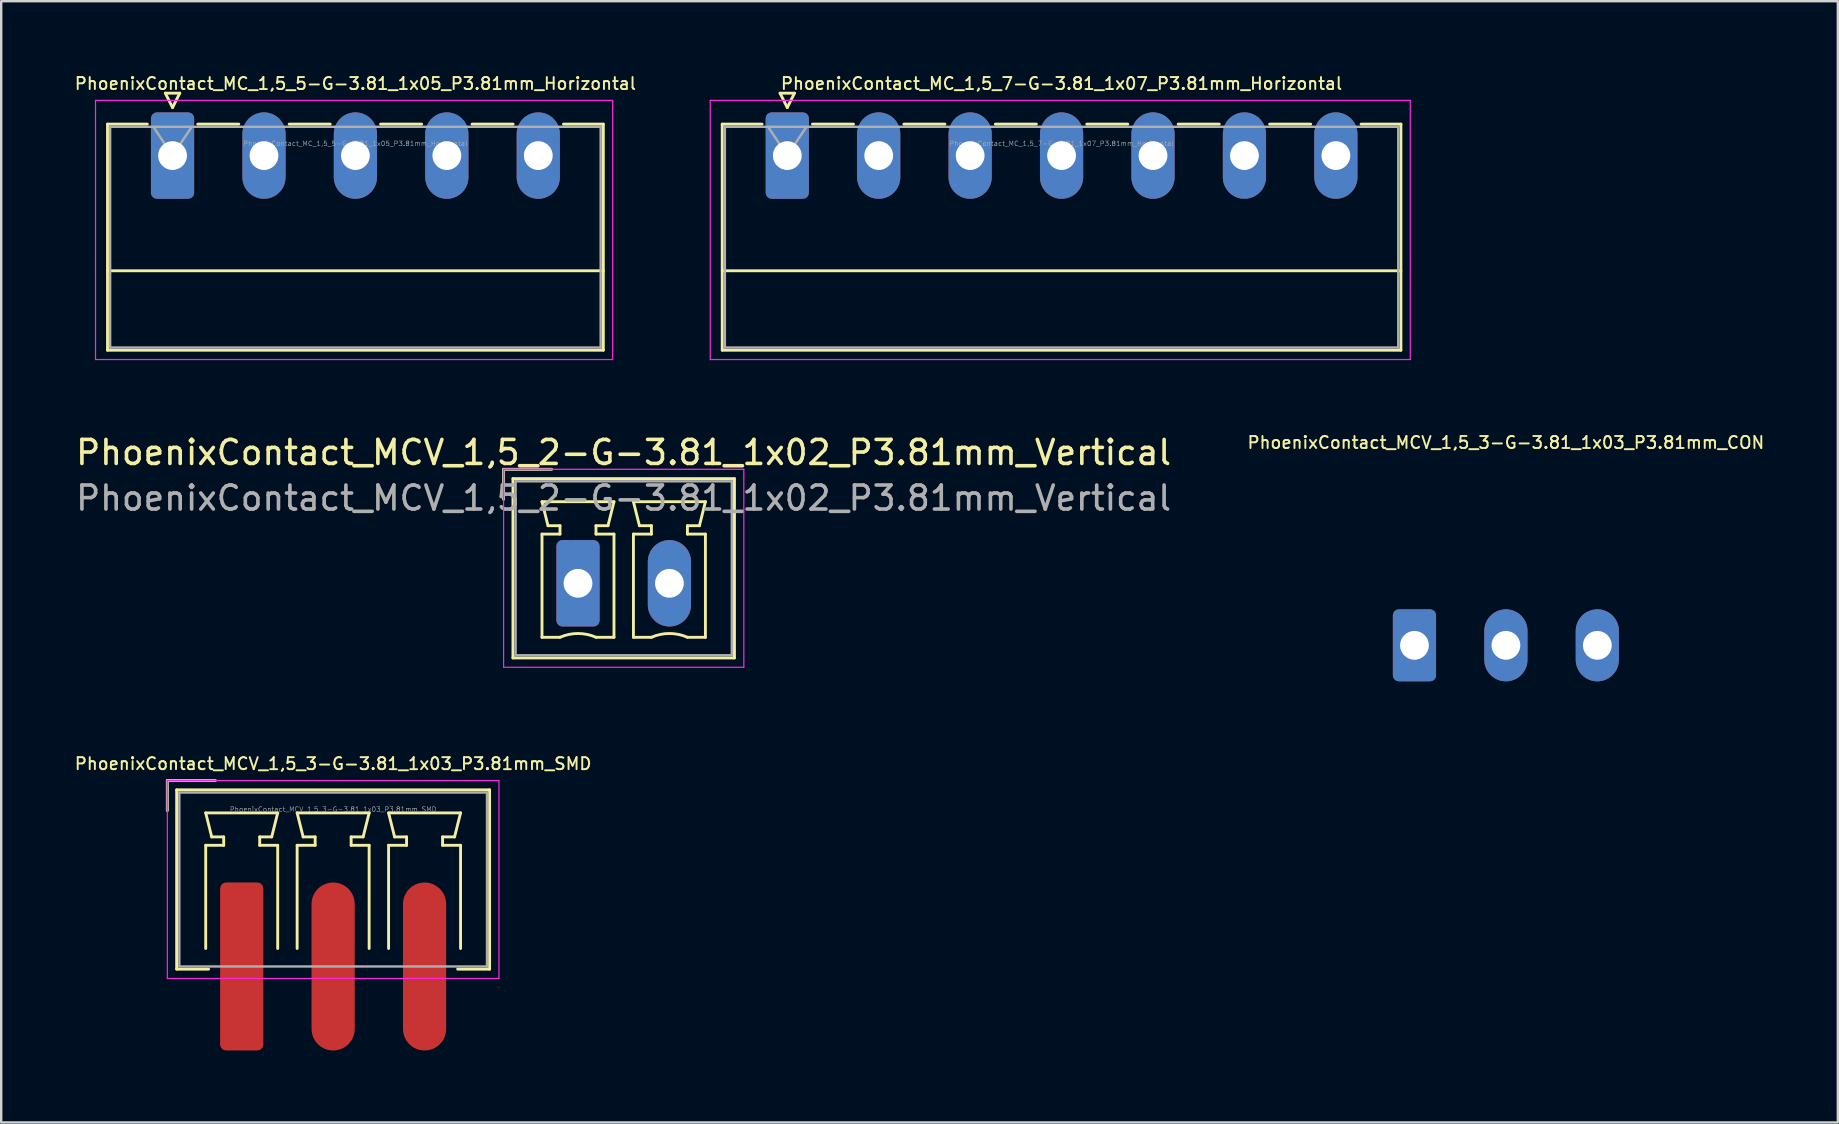
<source format=kicad_pcb>
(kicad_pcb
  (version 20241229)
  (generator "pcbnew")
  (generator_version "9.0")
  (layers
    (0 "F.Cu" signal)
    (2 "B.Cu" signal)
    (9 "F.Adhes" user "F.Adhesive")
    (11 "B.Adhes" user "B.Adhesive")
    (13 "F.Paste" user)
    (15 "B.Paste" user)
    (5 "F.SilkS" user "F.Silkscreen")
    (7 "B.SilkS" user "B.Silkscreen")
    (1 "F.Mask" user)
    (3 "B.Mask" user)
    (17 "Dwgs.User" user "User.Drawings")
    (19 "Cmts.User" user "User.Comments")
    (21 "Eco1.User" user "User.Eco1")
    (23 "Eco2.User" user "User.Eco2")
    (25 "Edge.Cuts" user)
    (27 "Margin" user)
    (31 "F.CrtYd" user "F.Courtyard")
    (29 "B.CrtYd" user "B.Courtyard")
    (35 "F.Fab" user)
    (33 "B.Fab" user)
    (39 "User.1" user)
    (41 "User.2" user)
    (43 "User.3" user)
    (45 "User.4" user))
  (footprint "PhoenixContact_MCV_1,5_2-G-3.81_1x02_P3.81mm_Vertical"
    (layer "F.Cu")
    (at 21.035 21.256)
    (property "Reference" "PhoenixContact_MCV_1,5_2-G-3.81_1x02_P3.81mm_Vertical" (at 1.9 -5.45 0) (layer "F.SilkS") (effects (font (size 1 1) (thickness 0.15))))
    (attr through_hole)
    (fp_line (start -3.1 -4.75) (end -1.1 -4.75) (stroke (width 0.12) (type solid)) (layer "F.SilkS"))
    (fp_line (start -3.1 -3.5) (end -3.1 -4.75) (stroke (width 0.12) (type solid)) (layer "F.SilkS"))
    (fp_line (start -2.71 -4.36) (end -2.71 3.11) (stroke (width 0.12) (type solid)) (layer "F.SilkS"))
    (fp_line (start -2.71 3.11) (end 6.52 3.11) (stroke (width 0.12) (type solid)) (layer "F.SilkS"))
    (fp_line (start -1.5 -3.4) (end 1.5 -3.4) (stroke (width 0.12) (type solid)) (layer "F.SilkS"))
    (fp_line (start -1.5 -2.05) (end -0.75 -2.05) (stroke (width 0.12) (type solid)) (layer "F.SilkS"))
    (fp_line (start -1.5 2.25) (end -1.5 -2.05) (stroke (width 0.12) (type solid)) (layer "F.SilkS"))
    (fp_line (start -1.25 -2.4) (end -1.5 -3.4) (stroke (width 0.12) (type solid)) (layer "F.SilkS"))
    (fp_line (start -0.75 -2.4) (end -1.25 -2.4) (stroke (width 0.12) (type solid)) (layer "F.SilkS"))
    (fp_line (start -0.75 -2.05) (end -0.75 -2.4) (stroke (width 0.12) (type solid)) (layer "F.SilkS"))
    (fp_line (start -0.75 2.25) (end -1.5 2.25) (stroke (width 0.12) (type solid)) (layer "F.SilkS"))
    (fp_line (start 0.75 -2.4) (end 0.75 -2.05) (stroke (width 0.12) (type solid)) (layer "F.SilkS"))
    (fp_line (start 0.75 -2.05) (end 1.5 -2.05) (stroke (width 0.12) (type solid)) (layer "F.SilkS"))
    (fp_line (start 1.25 -2.4) (end 0.75 -2.4) (stroke (width 0.12) (type solid)) (layer "F.SilkS"))
    (fp_line (start 1.5 -3.4) (end 1.25 -2.4) (stroke (width 0.12) (type solid)) (layer "F.SilkS"))
    (fp_line (start 1.5 -2.05) (end 1.5 2.25) (stroke (width 0.12) (type solid)) (layer "F.SilkS"))
    (fp_line (start 1.5 2.25) (end 0.75 2.25) (stroke (width 0.12) (type solid)) (layer "F.SilkS"))
    (fp_line (start 2.31 -3.4) (end 5.31 -3.4) (stroke (width 0.12) (type solid)) (layer "F.SilkS"))
    (fp_line (start 2.31 -2.05) (end 3.06 -2.05) (stroke (width 0.12) (type solid)) (layer "F.SilkS"))
    (fp_line (start 2.31 2.25) (end 2.31 -2.05) (stroke (width 0.12) (type solid)) (layer "F.SilkS"))
    (fp_line (start 2.56 -2.4) (end 2.31 -3.4) (stroke (width 0.12) (type solid)) (layer "F.SilkS"))
    (fp_line (start 3.06 -2.4) (end 2.56 -2.4) (stroke (width 0.12) (type solid)) (layer "F.SilkS"))
    (fp_line (start 3.06 -2.05) (end 3.06 -2.4) (stroke (width 0.12) (type solid)) (layer "F.SilkS"))
    (fp_line (start 3.06 2.25) (end 2.31 2.25) (stroke (width 0.12) (type solid)) (layer "F.SilkS"))
    (fp_line (start 4.56 -2.4) (end 4.56 -2.05) (stroke (width 0.12) (type solid)) (layer "F.SilkS"))
    (fp_line (start 4.56 -2.05) (end 5.31 -2.05) (stroke (width 0.12) (type solid)) (layer "F.SilkS"))
    (fp_line (start 5.06 -2.4) (end 4.56 -2.4) (stroke (width 0.12) (type solid)) (layer "F.SilkS"))
    (fp_line (start 5.31 -3.4) (end 5.06 -2.4) (stroke (width 0.12) (type solid)) (layer "F.SilkS"))
    (fp_line (start 5.31 -2.05) (end 5.31 2.25) (stroke (width 0.12) (type solid)) (layer "F.SilkS"))
    (fp_line (start 5.31 2.25) (end 4.56 2.25) (stroke (width 0.12) (type solid)) (layer "F.SilkS"))
    (fp_line (start 6.52 -4.36) (end -2.71 -4.36) (stroke (width 0.12) (type solid)) (layer "F.SilkS"))
    (fp_line (start 6.52 3.11) (end 6.52 -4.36) (stroke (width 0.12) (type solid)) (layer "F.SilkS"))
    (fp_arc (start -0.75 2.25) (mid -0.000193 2.09191) (end 0.749647 2.249844) (stroke (width 0.12) (type solid)) (layer "F.SilkS"))
    (fp_arc (start 3.06 2.25) (mid 3.809807 2.09191) (end 4.559647 2.249844) (stroke (width 0.12) (type solid)) (layer "F.SilkS"))
    (fp_line (start -3.1 -4.75) (end -3.1 3.5) (stroke (width 0.05) (type solid)) (layer "F.CrtYd"))
    (fp_line (start -3.1 3.5) (end 6.91 3.5) (stroke (width 0.05) (type solid)) (layer "F.CrtYd"))
    (fp_line (start 6.91 -4.75) (end -3.1 -4.75) (stroke (width 0.05) (type solid)) (layer "F.CrtYd"))
    (fp_line (start 6.91 3.5) (end 6.91 -4.75) (stroke (width 0.05) (type solid)) (layer "F.CrtYd"))
    (fp_line (start -3.1 -4.75) (end -1.1 -4.75) (stroke (width 0.1) (type solid)) (layer "F.Fab"))
    (fp_line (start -3.1 -3.5) (end -3.1 -4.75) (stroke (width 0.1) (type solid)) (layer "F.Fab"))
    (fp_line (start -2.6 -4.25) (end -2.6 3) (stroke (width 0.1) (type solid)) (layer "F.Fab"))
    (fp_line (start -2.6 3) (end 6.41 3) (stroke (width 0.1) (type solid)) (layer "F.Fab"))
    (fp_line (start 6.41 -4.25) (end -2.6 -4.25) (stroke (width 0.1) (type solid)) (layer "F.Fab"))
    (fp_line (start 6.41 3) (end 6.41 -4.25) (stroke (width 0.1) (type solid)) (layer "F.Fab"))
    (fp_text user "${REFERENCE}" (at 1.9 -3.55 0) (layer "F.Fab") (effects (font (size 1 1) (thickness 0.15))))
    (pad "1" thru_hole roundrect (at 0 0) (size 1.8 3.6) (drill 1.2) (layers "*.Cu" "*.Mask") (roundrect_rratio 0.139))
    (pad "2" thru_hole oval (at 3.81 0) (size 1.8 3.6) (drill 1.2) (layers "*.Cu" "*.Mask")))
  (footprint "PhoenixContact_MC_1,5_7-G-3.81_1x07_P3.81mm_Horizontal"
    (layer "F.Cu")
    (at 29.756 3.433)
    (property "Reference" "PhoenixContact_MC_1,5_7-G-3.81_1x07_P3.81mm_Horizontal" (at 11.43 -3 0) (layer "F.SilkS") (effects (font (size 0.5 0.5) (thickness 0.08))))
    (attr through_hole)
    (fp_line (start -2.71 -1.31) (end -2.71 8.11) (stroke (width 0.12) (type solid)) (layer "F.SilkS"))
    (fp_line (start -2.71 -1.31) (end -1.05 -1.31) (stroke (width 0.12) (type solid)) (layer "F.SilkS"))
    (fp_line (start -2.71 4.8) (end 25.57 4.8) (stroke (width 0.12) (type solid)) (layer "F.SilkS"))
    (fp_line (start -2.71 8.11) (end 25.57 8.11) (stroke (width 0.12) (type solid)) (layer "F.SilkS"))
    (fp_line (start -0.3 -2.6) (end 0.3 -2.6) (stroke (width 0.12) (type solid)) (layer "F.SilkS"))
    (fp_line (start 0 -2) (end -0.3 -2.6) (stroke (width 0.12) (type solid)) (layer "F.SilkS"))
    (fp_line (start 0.3 -2.6) (end 0 -2) (stroke (width 0.12) (type solid)) (layer "F.SilkS"))
    (fp_line (start 1.05 -1.31) (end 2.76 -1.31) (stroke (width 0.12) (type solid)) (layer "F.SilkS"))
    (fp_line (start 4.86 -1.31) (end 6.57 -1.31) (stroke (width 0.12) (type solid)) (layer "F.SilkS"))
    (fp_line (start 8.67 -1.31) (end 10.38 -1.31) (stroke (width 0.12) (type solid)) (layer "F.SilkS"))
    (fp_line (start 12.48 -1.31) (end 14.19 -1.31) (stroke (width 0.12) (type solid)) (layer "F.SilkS"))
    (fp_line (start 16.29 -1.31) (end 18 -1.31) (stroke (width 0.12) (type solid)) (layer "F.SilkS"))
    (fp_line (start 20.1 -1.31) (end 21.81 -1.31) (stroke (width 0.12) (type solid)) (layer "F.SilkS"))
    (fp_line (start 25.57 -1.31) (end 23.91 -1.31) (stroke (width 0.12) (type solid)) (layer "F.SilkS"))
    (fp_line (start 25.57 8.11) (end 25.57 -1.31) (stroke (width 0.12) (type solid)) (layer "F.SilkS"))
    (fp_line (start -3.21 -2.3) (end -3.21 8.5) (stroke (width 0.05) (type solid)) (layer "F.CrtYd"))
    (fp_line (start -3.21 8.5) (end 25.96 8.5) (stroke (width 0.05) (type solid)) (layer "F.CrtYd"))
    (fp_line (start 25.96 -2.3) (end -3.21 -2.3) (stroke (width 0.05) (type solid)) (layer "F.CrtYd"))
    (fp_line (start 25.96 8.5) (end 25.96 -2.3) (stroke (width 0.05) (type solid)) (layer "F.CrtYd"))
    (fp_line (start -2.6 -1.2) (end -2.6 8) (stroke (width 0.1) (type solid)) (layer "F.Fab"))
    (fp_line (start -2.6 8) (end 25.46 8) (stroke (width 0.1) (type solid)) (layer "F.Fab"))
    (fp_line (start 0 0) (end -0.8 -1.2) (stroke (width 0.1) (type solid)) (layer "F.Fab"))
    (fp_line (start 0.8 -1.2) (end 0 0) (stroke (width 0.1) (type solid)) (layer "F.Fab"))
    (fp_line (start 25.46 -1.2) (end -2.6 -1.2) (stroke (width 0.1) (type solid)) (layer "F.Fab"))
    (fp_line (start 25.46 8) (end 25.46 -1.2) (stroke (width 0.1) (type solid)) (layer "F.Fab"))
    (fp_text user "${REFERENCE}" (at 11.43 -0.5 0) (layer "F.Fab") (effects (font (size 0.2 0.2) (thickness 0.02))))
    (pad "1" thru_hole roundrect (at 0 0) (size 1.8 3.6) (drill 1.2) (layers "*.Cu" "*.Mask") (roundrect_rratio 0.139))
    (pad "2" thru_hole oval (at 3.81 0) (size 1.8 3.6) (drill 1.2) (layers "*.Cu" "*.Mask"))
    (pad "3" thru_hole oval (at 7.62 0) (size 1.8 3.6) (drill 1.2) (layers "*.Cu" "*.Mask"))
    (pad "4" thru_hole oval (at 11.43 0) (size 1.8 3.6) (drill 1.2) (layers "*.Cu" "*.Mask"))
    (pad "5" thru_hole oval (at 15.24 0) (size 1.8 3.6) (drill 1.2) (layers "*.Cu" "*.Mask"))
    (pad "6" thru_hole oval (at 19.05 0) (size 1.8 3.6) (drill 1.2) (layers "*.Cu" "*.Mask"))
    (pad "7" thru_hole oval (at 22.86 0) (size 1.8 3.6) (drill 1.2) (layers "*.Cu" "*.Mask")))
  (footprint "PhoenixContact_MCV_1,5_3-G-3.81_1x03_P3.81mm_SMD"
    (layer "F.Cu")
    (at 7.022 34.224)
    (property "Reference" "PhoenixContact_MCV_1,5_3-G-3.81_1x03_P3.81mm_SMD" (at 3.81 -5.45 0) (layer "F.SilkS") (effects (font (size 0.5 0.5) (thickness 0.08))))
    (attr through_hole)
    (fp_line (start -3.1 -4.75) (end -1.1 -4.75) (stroke (width 0.12) (type solid)) (layer "F.SilkS"))
    (fp_line (start -3.1 -3.5) (end -3.1 -4.75) (stroke (width 0.12) (type solid)) (layer "F.SilkS"))
    (fp_line (start -2.71 -4.36) (end -2.71 3.11) (stroke (width 0.12) (type solid)) (layer "F.SilkS"))
    (fp_line (start -2.71 3.11) (end -1.38 3.11) (stroke (width 0.12) (type solid)) (layer "F.SilkS"))
    (fp_line (start -1.5 -3.4) (end 1.5 -3.4) (stroke (width 0.12) (type solid)) (layer "F.SilkS"))
    (fp_line (start -1.5 -2.05) (end -0.75 -2.05) (stroke (width 0.12) (type solid)) (layer "F.SilkS"))
    (fp_line (start -1.5 2.25) (end -1.5 -2.05) (stroke (width 0.12) (type solid)) (layer "F.SilkS"))
    (fp_line (start -1.25 -2.4) (end -1.5 -3.4) (stroke (width 0.12) (type solid)) (layer "F.SilkS"))
    (fp_line (start -0.75 -2.4) (end -1.25 -2.4) (stroke (width 0.12) (type solid)) (layer "F.SilkS"))
    (fp_line (start -0.75 -2.05) (end -0.75 -2.4) (stroke (width 0.12) (type solid)) (layer "F.SilkS"))
    (fp_line (start 0.75 -2.4) (end 0.75 -2.05) (stroke (width 0.12) (type solid)) (layer "F.SilkS"))
    (fp_line (start 0.75 -2.05) (end 1.5 -2.05) (stroke (width 0.12) (type solid)) (layer "F.SilkS"))
    (fp_line (start 1.25 -2.4) (end 0.75 -2.4) (stroke (width 0.12) (type solid)) (layer "F.SilkS"))
    (fp_line (start 1.5 -3.4) (end 1.25 -2.4) (stroke (width 0.12) (type solid)) (layer "F.SilkS"))
    (fp_line (start 1.5 -2.05) (end 1.5 2.25) (stroke (width 0.12) (type solid)) (layer "F.SilkS"))
    (fp_line (start 2.31 -3.4) (end 5.31 -3.4) (stroke (width 0.12) (type solid)) (layer "F.SilkS"))
    (fp_line (start 2.31 -2.05) (end 3.06 -2.05) (stroke (width 0.12) (type solid)) (layer "F.SilkS"))
    (fp_line (start 2.31 2.25) (end 2.31 -2.05) (stroke (width 0.12) (type solid)) (layer "F.SilkS"))
    (fp_line (start 2.56 -2.4) (end 2.31 -3.4) (stroke (width 0.12) (type solid)) (layer "F.SilkS"))
    (fp_line (start 3.06 -2.4) (end 2.56 -2.4) (stroke (width 0.12) (type solid)) (layer "F.SilkS"))
    (fp_line (start 3.06 -2.05) (end 3.06 -2.4) (stroke (width 0.12) (type solid)) (layer "F.SilkS"))
    (fp_line (start 4.56 -2.4) (end 4.56 -2.05) (stroke (width 0.12) (type solid)) (layer "F.SilkS"))
    (fp_line (start 4.56 -2.05) (end 5.31 -2.05) (stroke (width 0.12) (type solid)) (layer "F.SilkS"))
    (fp_line (start 5.06 -2.4) (end 4.56 -2.4) (stroke (width 0.12) (type solid)) (layer "F.SilkS"))
    (fp_line (start 5.31 -3.4) (end 5.06 -2.4) (stroke (width 0.12) (type solid)) (layer "F.SilkS"))
    (fp_line (start 5.31 -2.05) (end 5.31 2.25) (stroke (width 0.12) (type solid)) (layer "F.SilkS"))
    (fp_line (start 6.12 -3.4) (end 9.12 -3.4) (stroke (width 0.12) (type solid)) (layer "F.SilkS"))
    (fp_line (start 6.12 -2.05) (end 6.87 -2.05) (stroke (width 0.12) (type solid)) (layer "F.SilkS"))
    (fp_line (start 6.12 2.25) (end 6.12 -2.05) (stroke (width 0.12) (type solid)) (layer "F.SilkS"))
    (fp_line (start 6.37 -2.4) (end 6.12 -3.4) (stroke (width 0.12) (type solid)) (layer "F.SilkS"))
    (fp_line (start 6.87 -2.4) (end 6.37 -2.4) (stroke (width 0.12) (type solid)) (layer "F.SilkS"))
    (fp_line (start 6.87 -2.05) (end 6.87 -2.4) (stroke (width 0.12) (type solid)) (layer "F.SilkS"))
    (fp_line (start 8.37 -2.4) (end 8.37 -2.05) (stroke (width 0.12) (type solid)) (layer "F.SilkS"))
    (fp_line (start 8.37 -2.05) (end 9.12 -2.05) (stroke (width 0.12) (type solid)) (layer "F.SilkS"))
    (fp_line (start 8.87 -2.4) (end 8.37 -2.4) (stroke (width 0.12) (type solid)) (layer "F.SilkS"))
    (fp_line (start 9 3.11) (end 10.33 3.11) (stroke (width 0.12) (type solid)) (layer "F.SilkS"))
    (fp_line (start 9.12 -3.4) (end 8.87 -2.4) (stroke (width 0.12) (type solid)) (layer "F.SilkS"))
    (fp_line (start 9.12 -2.05) (end 9.12 2.25) (stroke (width 0.12) (type solid)) (layer "F.SilkS"))
    (fp_line (start 10.33 -4.36) (end -2.71 -4.36) (stroke (width 0.12) (type solid)) (layer "F.SilkS"))
    (fp_line (start 10.33 3.11) (end 10.33 -4.36) (stroke (width 0.12) (type solid)) (layer "F.SilkS"))
    (fp_line (start -3.1 -4.75) (end -3.1 3.5) (stroke (width 0.05) (type solid)) (layer "F.CrtYd"))
    (fp_line (start -3.1 3.5) (end 10.72 3.5) (stroke (width 0.05) (type solid)) (layer "F.CrtYd"))
    (fp_line (start 10.72 -4.75) (end -3.1 -4.75) (stroke (width 0.05) (type solid)) (layer "F.CrtYd"))
    (fp_line (start 10.72 3.5) (end 10.72 -4.75) (stroke (width 0.05) (type solid)) (layer "F.CrtYd"))
    (fp_line (start -3.1 -4.75) (end -1.1 -4.75) (stroke (width 0.1) (type solid)) (layer "F.Fab"))
    (fp_line (start -3.1 -3.5) (end -3.1 -4.75) (stroke (width 0.1) (type solid)) (layer "F.Fab"))
    (fp_line (start -2.6 -4.25) (end -2.6 3) (stroke (width 0.1) (type solid)) (layer "F.Fab"))
    (fp_line (start -2.6 3) (end 10.22 3) (stroke (width 0.1) (type solid)) (layer "F.Fab"))
    (fp_line (start 10.22 -4.25) (end -2.6 -4.25) (stroke (width 0.1) (type solid)) (layer "F.Fab"))
    (fp_line (start 10.22 3) (end 10.22 -4.25) (stroke (width 0.1) (type solid)) (layer "F.Fab"))
    (fp_text user "${REFERENCE}" (at 3.81 -3.55 0) (layer "F.Fab") (effects (font (size 0.2 0.2) (thickness 0.02))))
    (pad "1" smd roundrect (at 0 3) (size 1.8 7) (layers "F.Cu" "F.Mask" "F.Paste") (roundrect_rratio 0.139))
    (pad "2" smd oval (at 3.81 3) (size 1.8 7) (layers "F.Cu" "F.Mask" "F.Paste"))
    (pad "3" smd oval (at 7.62 3) (size 1.8 7) (layers "F.Cu" "F.Mask" "F.Paste")))
  (footprint "PhoenixContact_MCV_1,5_3-G-3.81_1x03_P3.81mm_CON"
    (layer "F.Cu")
    (at 59.701 23.841)
    (property "Reference" "PhoenixContact_MCV_1,5_3-G-3.81_1x03_P3.81mm_CON" (at 0 -8.45 0) (layer "F.SilkS") (effects (font (size 0.5 0.5) (thickness 0.08))))
    (attr through_hole)
    (pad "1" thru_hole roundrect (at -3.81 0) (size 1.8 3) (drill 1.2) (layers "*.Cu" "*.Mask") (roundrect_rratio 0.139))
    (pad "2" thru_hole oval (at 0 0) (size 1.8 3) (drill 1.2) (layers "*.Cu" "*.Mask"))
    (pad "3" thru_hole oval (at 3.81 0) (size 1.8 3) (drill 1.2) (layers "*.Cu" "*.Mask")))
  (footprint "PhoenixContact_MC_1,5_5-G-3.81_1x05_P3.81mm_Horizontal"
    (layer "F.Cu")
    (at 4.14 3.433)
    (property "Reference" "PhoenixContact_MC_1,5_5-G-3.81_1x05_P3.81mm_Horizontal" (at 7.62 -3 0) (layer "F.SilkS") (effects (font (size 0.5 0.5) (thickness 0.08))))
    (attr through_hole)
    (fp_line (start -2.71 -1.31) (end -2.71 8.11) (stroke (width 0.12) (type solid)) (layer "F.SilkS"))
    (fp_line (start -2.71 -1.31) (end -1.05 -1.31) (stroke (width 0.12) (type solid)) (layer "F.SilkS"))
    (fp_line (start -2.71 4.8) (end 17.95 4.8) (stroke (width 0.12) (type solid)) (layer "F.SilkS"))
    (fp_line (start -2.71 8.11) (end 17.95 8.11) (stroke (width 0.12) (type solid)) (layer "F.SilkS"))
    (fp_line (start -0.3 -2.6) (end 0.3 -2.6) (stroke (width 0.12) (type solid)) (layer "F.SilkS"))
    (fp_line (start 0 -2) (end -0.3 -2.6) (stroke (width 0.12) (type solid)) (layer "F.SilkS"))
    (fp_line (start 0.3 -2.6) (end 0 -2) (stroke (width 0.12) (type solid)) (layer "F.SilkS"))
    (fp_line (start 1.05 -1.31) (end 2.76 -1.31) (stroke (width 0.12) (type solid)) (layer "F.SilkS"))
    (fp_line (start 4.86 -1.31) (end 6.57 -1.31) (stroke (width 0.12) (type solid)) (layer "F.SilkS"))
    (fp_line (start 8.67 -1.31) (end 10.38 -1.31) (stroke (width 0.12) (type solid)) (layer "F.SilkS"))
    (fp_line (start 12.48 -1.31) (end 14.19 -1.31) (stroke (width 0.12) (type solid)) (layer "F.SilkS"))
    (fp_line (start 17.95 -1.31) (end 16.29 -1.31) (stroke (width 0.12) (type solid)) (layer "F.SilkS"))
    (fp_line (start 17.95 8.11) (end 17.95 -1.31) (stroke (width 0.12) (type solid)) (layer "F.SilkS"))
    (fp_line (start -3.21 -2.3) (end -3.21 8.5) (stroke (width 0.05) (type solid)) (layer "F.CrtYd"))
    (fp_line (start -3.21 8.5) (end 18.34 8.5) (stroke (width 0.05) (type solid)) (layer "F.CrtYd"))
    (fp_line (start 18.34 -2.3) (end -3.21 -2.3) (stroke (width 0.05) (type solid)) (layer "F.CrtYd"))
    (fp_line (start 18.34 8.5) (end 18.34 -2.3) (stroke (width 0.05) (type solid)) (layer "F.CrtYd"))
    (fp_line (start -2.6 -1.2) (end -2.6 8) (stroke (width 0.1) (type solid)) (layer "F.Fab"))
    (fp_line (start -2.6 8) (end 17.84 8) (stroke (width 0.1) (type solid)) (layer "F.Fab"))
    (fp_line (start 0 0) (end -0.8 -1.2) (stroke (width 0.1) (type solid)) (layer "F.Fab"))
    (fp_line (start 0.8 -1.2) (end 0 0) (stroke (width 0.1) (type solid)) (layer "F.Fab"))
    (fp_line (start 17.84 -1.2) (end -2.6 -1.2) (stroke (width 0.1) (type solid)) (layer "F.Fab"))
    (fp_line (start 17.84 8) (end 17.84 -1.2) (stroke (width 0.1) (type solid)) (layer "F.Fab"))
    (fp_text user "${REFERENCE}" (at 7.62 -0.5 0) (layer "F.Fab") (effects (font (size 0.2 0.2) (thickness 0.02))))
    (pad "1" thru_hole roundrect (at 0 0) (size 1.8 3.6) (drill 1.2) (layers "*.Cu" "*.Mask") (roundrect_rratio 0.139))
    (pad "2" thru_hole oval (at 3.81 0) (size 1.8 3.6) (drill 1.2) (layers "*.Cu" "*.Mask"))
    (pad "3" thru_hole oval (at 7.62 0) (size 1.8 3.6) (drill 1.2) (layers "*.Cu" "*.Mask"))
    (pad "4" thru_hole oval (at 11.43 0) (size 1.8 3.6) (drill 1.2) (layers "*.Cu" "*.Mask"))
    (pad "5" thru_hole oval (at 15.24 0) (size 1.8 3.6) (drill 1.2) (layers "*.Cu" "*.Mask")))
  (gr_rect
    (start -3 -3)
    (end 73.533 43.724)
    (stroke (width 0.1) (type default))
    (fill no)
    (layer "Edge.Cuts")))
</source>
